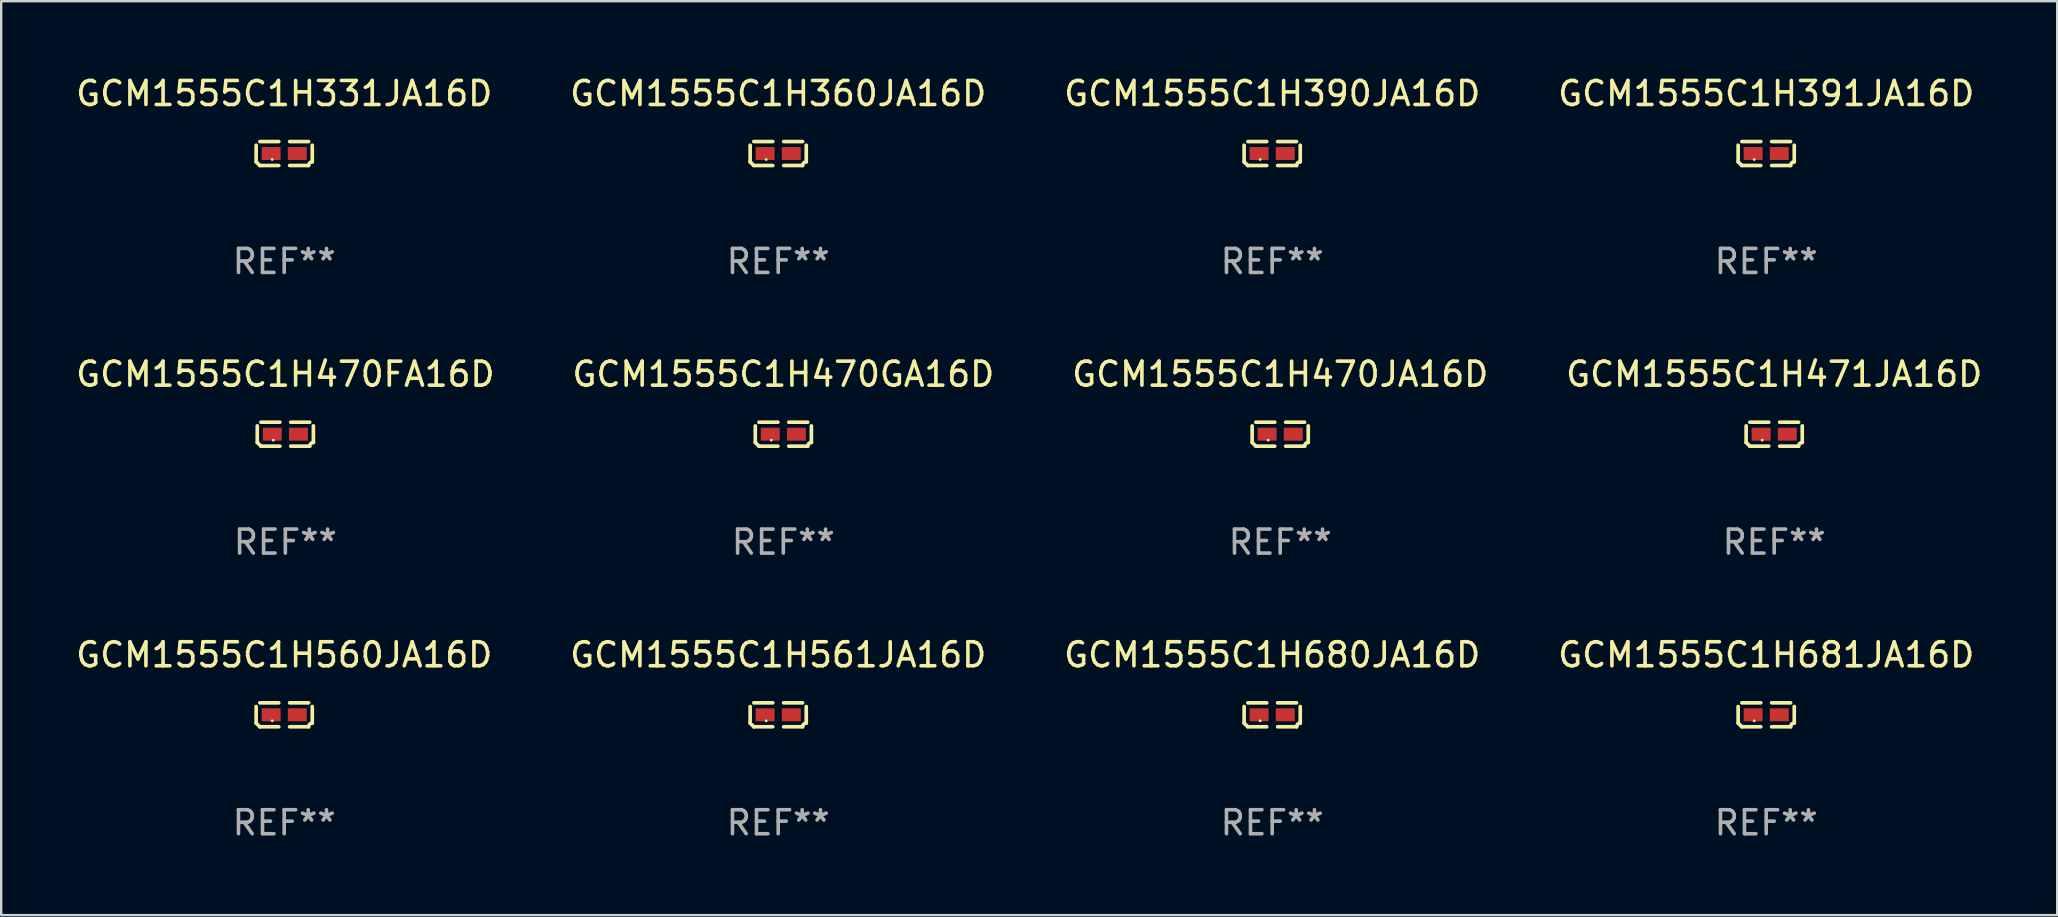
<source format=kicad_pcb>
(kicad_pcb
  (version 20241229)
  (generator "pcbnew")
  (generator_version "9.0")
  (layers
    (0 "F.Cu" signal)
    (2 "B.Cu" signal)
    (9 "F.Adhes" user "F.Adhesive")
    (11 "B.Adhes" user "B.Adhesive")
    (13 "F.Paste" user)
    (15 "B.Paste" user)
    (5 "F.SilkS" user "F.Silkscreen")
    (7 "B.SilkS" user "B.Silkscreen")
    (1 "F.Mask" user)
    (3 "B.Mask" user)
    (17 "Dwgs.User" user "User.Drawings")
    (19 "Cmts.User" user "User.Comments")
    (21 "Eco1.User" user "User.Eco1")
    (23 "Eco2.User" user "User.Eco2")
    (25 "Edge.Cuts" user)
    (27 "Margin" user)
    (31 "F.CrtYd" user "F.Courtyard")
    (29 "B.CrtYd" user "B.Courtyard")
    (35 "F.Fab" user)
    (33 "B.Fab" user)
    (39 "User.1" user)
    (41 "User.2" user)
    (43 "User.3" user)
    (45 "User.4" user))
  (footprint "GCM1555C1H680JA16D"
    (layer "F.Cu")
    (at 49.958 26.734)
    (property "Reference" "GCM1555C1H680JA16D" (at 0 -2.499 0) (layer "F.SilkS") (effects (font (size 1 1) (thickness 0.15))))
    (attr through_hole)
    (fp_line (start -1.169 0.346) (end -1.169 -0.346) (stroke (width 0.152) (type solid)) (layer "F.SilkS"))
    (fp_line (start -1.016 -0.499) (end -0.226 -0.499) (stroke (width 0.152) (type solid)) (layer "F.SilkS"))
    (fp_line (start -0.226 0.499) (end -1.016 0.499) (stroke (width 0.152) (type solid)) (layer "F.SilkS"))
    (fp_line (start 0.226 0.499) (end 1.016 0.499) (stroke (width 0.152) (type solid)) (layer "F.SilkS"))
    (fp_line (start 1.016 -0.499) (end 0.226 -0.499) (stroke (width 0.152) (type solid)) (layer "F.SilkS"))
    (fp_line (start 1.169 0.346) (end 1.169 -0.346) (stroke (width 0.152) (type solid)) (layer "F.SilkS"))
    (fp_arc (start -1.016307 0.498603) (mid -1.092512 0.422405) (end -1.16871 0.3462) (stroke (width 0.1524) (type solid)) (layer "F.SilkS"))
    (fp_arc (start 1.016307 0.498603) (mid 1.060899 0.390758) (end 1.168707 0.346076) (stroke (width 0.1524) (type solid)) (layer "F.SilkS"))
    (fp_circle (center -0.5 0.25) (end -0.47 0.25) (stroke (width 0.06) (type solid)) (fill no) (layer "F.SilkS"))
    (fp_text user "REF**" (at 0 4.499 0) (layer "F.Fab") (effects (font (size 1 1) (thickness 0.15))))
    (pad "1" smd rect (at -0.545 0) (size 0.79 0.54) (layers "F.Cu" "F.Mask" "F.Paste"))
    (pad "2" smd rect (at 0.545 0) (size 0.79 0.54) (layers "F.Cu" "F.Mask" "F.Paste")))
  (footprint "GCM1555C1H470FA16D"
    (layer "F.Cu")
    (at 8.839 15.041)
    (property "Reference" "GCM1555C1H470FA16D" (at 0 -2.499 0) (layer "F.SilkS") (effects (font (size 1 1) (thickness 0.15))))
    (attr through_hole)
    (fp_line (start -1.169 0.346) (end -1.169 -0.346) (stroke (width 0.152) (type solid)) (layer "F.SilkS"))
    (fp_line (start -1.016 -0.499) (end -0.226 -0.499) (stroke (width 0.152) (type solid)) (layer "F.SilkS"))
    (fp_line (start -0.226 0.499) (end -1.016 0.499) (stroke (width 0.152) (type solid)) (layer "F.SilkS"))
    (fp_line (start 0.226 0.499) (end 1.016 0.499) (stroke (width 0.152) (type solid)) (layer "F.SilkS"))
    (fp_line (start 1.016 -0.499) (end 0.226 -0.499) (stroke (width 0.152) (type solid)) (layer "F.SilkS"))
    (fp_line (start 1.169 0.346) (end 1.169 -0.346) (stroke (width 0.152) (type solid)) (layer "F.SilkS"))
    (fp_arc (start -1.016307 0.498603) (mid -1.092512 0.422405) (end -1.16871 0.3462) (stroke (width 0.1524) (type solid)) (layer "F.SilkS"))
    (fp_arc (start 1.016307 0.498603) (mid 1.060899 0.390758) (end 1.168707 0.346076) (stroke (width 0.1524) (type solid)) (layer "F.SilkS"))
    (fp_circle (center -0.5 0.25) (end -0.47 0.25) (stroke (width 0.06) (type solid)) (fill no) (layer "F.SilkS"))
    (fp_text user "REF**" (at 0 4.499 0) (layer "F.Fab") (effects (font (size 1 1) (thickness 0.15))))
    (pad "1" smd rect (at -0.545 0) (size 0.79 0.54) (layers "F.Cu" "F.Mask" "F.Paste"))
    (pad "2" smd rect (at 0.545 0) (size 0.79 0.54) (layers "F.Cu" "F.Mask" "F.Paste")))
  (footprint "GCM1555C1H471JA16D"
    (layer "F.Cu")
    (at 70.875 15.041)
    (property "Reference" "GCM1555C1H471JA16D" (at 0 -2.499 0) (layer "F.SilkS") (effects (font (size 1 1) (thickness 0.15))))
    (attr through_hole)
    (fp_line (start -1.169 0.346) (end -1.169 -0.346) (stroke (width 0.152) (type solid)) (layer "F.SilkS"))
    (fp_line (start -1.016 -0.499) (end -0.226 -0.499) (stroke (width 0.152) (type solid)) (layer "F.SilkS"))
    (fp_line (start -0.226 0.499) (end -1.016 0.499) (stroke (width 0.152) (type solid)) (layer "F.SilkS"))
    (fp_line (start 0.226 0.499) (end 1.016 0.499) (stroke (width 0.152) (type solid)) (layer "F.SilkS"))
    (fp_line (start 1.016 -0.499) (end 0.226 -0.499) (stroke (width 0.152) (type solid)) (layer "F.SilkS"))
    (fp_line (start 1.169 0.346) (end 1.169 -0.346) (stroke (width 0.152) (type solid)) (layer "F.SilkS"))
    (fp_arc (start -1.016307 0.498603) (mid -1.092512 0.422405) (end -1.16871 0.3462) (stroke (width 0.1524) (type solid)) (layer "F.SilkS"))
    (fp_arc (start 1.016307 0.498603) (mid 1.060899 0.390758) (end 1.168707 0.346076) (stroke (width 0.1524) (type solid)) (layer "F.SilkS"))
    (fp_circle (center -0.5 0.25) (end -0.47 0.25) (stroke (width 0.06) (type solid)) (fill no) (layer "F.SilkS"))
    (fp_text user "REF**" (at 0 4.499 0) (layer "F.Fab") (effects (font (size 1 1) (thickness 0.15))))
    (pad "1" smd rect (at -0.545 0) (size 0.79 0.54) (layers "F.Cu" "F.Mask" "F.Paste"))
    (pad "2" smd rect (at 0.545 0) (size 0.79 0.54) (layers "F.Cu" "F.Mask" "F.Paste")))
  (footprint "GCM1555C1H391JA16D"
    (layer "F.Cu")
    (at 70.542 3.347)
    (property "Reference" "GCM1555C1H391JA16D" (at 0 -2.499 0) (layer "F.SilkS") (effects (font (size 1 1) (thickness 0.15))))
    (attr through_hole)
    (fp_line (start -1.169 0.346) (end -1.169 -0.346) (stroke (width 0.152) (type solid)) (layer "F.SilkS"))
    (fp_line (start -1.016 -0.499) (end -0.226 -0.499) (stroke (width 0.152) (type solid)) (layer "F.SilkS"))
    (fp_line (start -0.226 0.499) (end -1.016 0.499) (stroke (width 0.152) (type solid)) (layer "F.SilkS"))
    (fp_line (start 0.226 0.499) (end 1.016 0.499) (stroke (width 0.152) (type solid)) (layer "F.SilkS"))
    (fp_line (start 1.016 -0.499) (end 0.226 -0.499) (stroke (width 0.152) (type solid)) (layer "F.SilkS"))
    (fp_line (start 1.169 0.346) (end 1.169 -0.346) (stroke (width 0.152) (type solid)) (layer "F.SilkS"))
    (fp_arc (start -1.016307 0.498603) (mid -1.092512 0.422405) (end -1.16871 0.3462) (stroke (width 0.1524) (type solid)) (layer "F.SilkS"))
    (fp_arc (start 1.016307 0.498603) (mid 1.060899 0.390758) (end 1.168707 0.346076) (stroke (width 0.1524) (type solid)) (layer "F.SilkS"))
    (fp_circle (center -0.5 0.25) (end -0.47 0.25) (stroke (width 0.06) (type solid)) (fill no) (layer "F.SilkS"))
    (fp_text user "REF**" (at 0 4.499 0) (layer "F.Fab") (effects (font (size 1 1) (thickness 0.15))))
    (pad "1" smd rect (at -0.545 0) (size 0.79 0.54) (layers "F.Cu" "F.Mask" "F.Paste"))
    (pad "2" smd rect (at 0.545 0) (size 0.79 0.54) (layers "F.Cu" "F.Mask" "F.Paste")))
  (footprint "GCM1555C1H390JA16D"
    (layer "F.Cu")
    (at 49.958 3.347)
    (property "Reference" "GCM1555C1H390JA16D" (at 0 -2.499 0) (layer "F.SilkS") (effects (font (size 1 1) (thickness 0.15))))
    (attr through_hole)
    (fp_line (start -1.169 0.346) (end -1.169 -0.346) (stroke (width 0.152) (type solid)) (layer "F.SilkS"))
    (fp_line (start -1.016 -0.499) (end -0.226 -0.499) (stroke (width 0.152) (type solid)) (layer "F.SilkS"))
    (fp_line (start -0.226 0.499) (end -1.016 0.499) (stroke (width 0.152) (type solid)) (layer "F.SilkS"))
    (fp_line (start 0.226 0.499) (end 1.016 0.499) (stroke (width 0.152) (type solid)) (layer "F.SilkS"))
    (fp_line (start 1.016 -0.499) (end 0.226 -0.499) (stroke (width 0.152) (type solid)) (layer "F.SilkS"))
    (fp_line (start 1.169 0.346) (end 1.169 -0.346) (stroke (width 0.152) (type solid)) (layer "F.SilkS"))
    (fp_arc (start -1.016307 0.498603) (mid -1.092512 0.422405) (end -1.16871 0.3462) (stroke (width 0.1524) (type solid)) (layer "F.SilkS"))
    (fp_arc (start 1.016307 0.498603) (mid 1.060899 0.390758) (end 1.168707 0.346076) (stroke (width 0.1524) (type solid)) (layer "F.SilkS"))
    (fp_circle (center -0.5 0.25) (end -0.47 0.25) (stroke (width 0.06) (type solid)) (fill no) (layer "F.SilkS"))
    (fp_text user "REF**" (at 0 4.499 0) (layer "F.Fab") (effects (font (size 1 1) (thickness 0.15))))
    (pad "1" smd rect (at -0.545 0) (size 0.79 0.54) (layers "F.Cu" "F.Mask" "F.Paste"))
    (pad "2" smd rect (at 0.545 0) (size 0.79 0.54) (layers "F.Cu" "F.Mask" "F.Paste")))
  (footprint "GCM1555C1H470GA16D"
    (layer "F.Cu")
    (at 29.589 15.041)
    (property "Reference" "GCM1555C1H470GA16D" (at 0 -2.499 0) (layer "F.SilkS") (effects (font (size 1 1) (thickness 0.15))))
    (attr through_hole)
    (fp_line (start -1.169 0.346) (end -1.169 -0.346) (stroke (width 0.152) (type solid)) (layer "F.SilkS"))
    (fp_line (start -1.016 -0.499) (end -0.226 -0.499) (stroke (width 0.152) (type solid)) (layer "F.SilkS"))
    (fp_line (start -0.226 0.499) (end -1.016 0.499) (stroke (width 0.152) (type solid)) (layer "F.SilkS"))
    (fp_line (start 0.226 0.499) (end 1.016 0.499) (stroke (width 0.152) (type solid)) (layer "F.SilkS"))
    (fp_line (start 1.016 -0.499) (end 0.226 -0.499) (stroke (width 0.152) (type solid)) (layer "F.SilkS"))
    (fp_line (start 1.169 0.346) (end 1.169 -0.346) (stroke (width 0.152) (type solid)) (layer "F.SilkS"))
    (fp_arc (start -1.016307 0.498603) (mid -1.092512 0.422405) (end -1.16871 0.3462) (stroke (width 0.1524) (type solid)) (layer "F.SilkS"))
    (fp_arc (start 1.016307 0.498603) (mid 1.060899 0.390758) (end 1.168707 0.346076) (stroke (width 0.1524) (type solid)) (layer "F.SilkS"))
    (fp_circle (center -0.5 0.25) (end -0.47 0.25) (stroke (width 0.06) (type solid)) (fill no) (layer "F.SilkS"))
    (fp_text user "REF**" (at 0 4.499 0) (layer "F.Fab") (effects (font (size 1 1) (thickness 0.15))))
    (pad "1" smd rect (at -0.545 0) (size 0.79 0.54) (layers "F.Cu" "F.Mask" "F.Paste"))
    (pad "2" smd rect (at 0.545 0) (size 0.79 0.54) (layers "F.Cu" "F.Mask" "F.Paste")))
  (footprint "GCM1555C1H331JA16D"
    (layer "F.Cu")
    (at 8.792 3.347)
    (property "Reference" "GCM1555C1H331JA16D" (at 0 -2.499 0) (layer "F.SilkS") (effects (font (size 1 1) (thickness 0.15))))
    (attr through_hole)
    (fp_line (start -1.169 0.346) (end -1.169 -0.346) (stroke (width 0.152) (type solid)) (layer "F.SilkS"))
    (fp_line (start -1.016 -0.499) (end -0.226 -0.499) (stroke (width 0.152) (type solid)) (layer "F.SilkS"))
    (fp_line (start -0.226 0.499) (end -1.016 0.499) (stroke (width 0.152) (type solid)) (layer "F.SilkS"))
    (fp_line (start 0.226 0.499) (end 1.016 0.499) (stroke (width 0.152) (type solid)) (layer "F.SilkS"))
    (fp_line (start 1.016 -0.499) (end 0.226 -0.499) (stroke (width 0.152) (type solid)) (layer "F.SilkS"))
    (fp_line (start 1.169 0.346) (end 1.169 -0.346) (stroke (width 0.152) (type solid)) (layer "F.SilkS"))
    (fp_arc (start -1.016307 0.498603) (mid -1.092512 0.422405) (end -1.16871 0.3462) (stroke (width 0.1524) (type solid)) (layer "F.SilkS"))
    (fp_arc (start 1.016307 0.498603) (mid 1.060899 0.390758) (end 1.168707 0.346076) (stroke (width 0.1524) (type solid)) (layer "F.SilkS"))
    (fp_circle (center -0.5 0.25) (end -0.47 0.25) (stroke (width 0.06) (type solid)) (fill no) (layer "F.SilkS"))
    (fp_text user "REF**" (at 0 4.499 0) (layer "F.Fab") (effects (font (size 1 1) (thickness 0.15))))
    (pad "1" smd rect (at -0.545 0) (size 0.79 0.54) (layers "F.Cu" "F.Mask" "F.Paste"))
    (pad "2" smd rect (at 0.545 0) (size 0.79 0.54) (layers "F.Cu" "F.Mask" "F.Paste")))
  (footprint "GCM1555C1H360JA16D"
    (layer "F.Cu")
    (at 29.375 3.347)
    (property "Reference" "GCM1555C1H360JA16D" (at 0 -2.499 0) (layer "F.SilkS") (effects (font (size 1 1) (thickness 0.15))))
    (attr through_hole)
    (fp_line (start -1.169 0.346) (end -1.169 -0.346) (stroke (width 0.152) (type solid)) (layer "F.SilkS"))
    (fp_line (start -1.016 -0.499) (end -0.226 -0.499) (stroke (width 0.152) (type solid)) (layer "F.SilkS"))
    (fp_line (start -0.226 0.499) (end -1.016 0.499) (stroke (width 0.152) (type solid)) (layer "F.SilkS"))
    (fp_line (start 0.226 0.499) (end 1.016 0.499) (stroke (width 0.152) (type solid)) (layer "F.SilkS"))
    (fp_line (start 1.016 -0.499) (end 0.226 -0.499) (stroke (width 0.152) (type solid)) (layer "F.SilkS"))
    (fp_line (start 1.169 0.346) (end 1.169 -0.346) (stroke (width 0.152) (type solid)) (layer "F.SilkS"))
    (fp_arc (start -1.016307 0.498603) (mid -1.092512 0.422405) (end -1.16871 0.3462) (stroke (width 0.1524) (type solid)) (layer "F.SilkS"))
    (fp_arc (start 1.016307 0.498603) (mid 1.060899 0.390758) (end 1.168707 0.346076) (stroke (width 0.1524) (type solid)) (layer "F.SilkS"))
    (fp_circle (center -0.5 0.25) (end -0.47 0.25) (stroke (width 0.06) (type solid)) (fill no) (layer "F.SilkS"))
    (fp_text user "REF**" (at 0 4.499 0) (layer "F.Fab") (effects (font (size 1 1) (thickness 0.15))))
    (pad "1" smd rect (at -0.545 0) (size 0.79 0.54) (layers "F.Cu" "F.Mask" "F.Paste"))
    (pad "2" smd rect (at 0.545 0) (size 0.79 0.54) (layers "F.Cu" "F.Mask" "F.Paste")))
  (footprint "GCM1555C1H681JA16D"
    (layer "F.Cu")
    (at 70.542 26.734)
    (property "Reference" "GCM1555C1H681JA16D" (at 0 -2.499 0) (layer "F.SilkS") (effects (font (size 1 1) (thickness 0.15))))
    (attr through_hole)
    (fp_line (start -1.169 0.346) (end -1.169 -0.346) (stroke (width 0.152) (type solid)) (layer "F.SilkS"))
    (fp_line (start -1.016 -0.499) (end -0.226 -0.499) (stroke (width 0.152) (type solid)) (layer "F.SilkS"))
    (fp_line (start -0.226 0.499) (end -1.016 0.499) (stroke (width 0.152) (type solid)) (layer "F.SilkS"))
    (fp_line (start 0.226 0.499) (end 1.016 0.499) (stroke (width 0.152) (type solid)) (layer "F.SilkS"))
    (fp_line (start 1.016 -0.499) (end 0.226 -0.499) (stroke (width 0.152) (type solid)) (layer "F.SilkS"))
    (fp_line (start 1.169 0.346) (end 1.169 -0.346) (stroke (width 0.152) (type solid)) (layer "F.SilkS"))
    (fp_arc (start -1.016307 0.498603) (mid -1.092512 0.422405) (end -1.16871 0.3462) (stroke (width 0.1524) (type solid)) (layer "F.SilkS"))
    (fp_arc (start 1.016307 0.498603) (mid 1.060899 0.390758) (end 1.168707 0.346076) (stroke (width 0.1524) (type solid)) (layer "F.SilkS"))
    (fp_circle (center -0.5 0.25) (end -0.47 0.25) (stroke (width 0.06) (type solid)) (fill no) (layer "F.SilkS"))
    (fp_text user "REF**" (at 0 4.499 0) (layer "F.Fab") (effects (font (size 1 1) (thickness 0.15))))
    (pad "1" smd rect (at -0.545 0) (size 0.79 0.54) (layers "F.Cu" "F.Mask" "F.Paste"))
    (pad "2" smd rect (at 0.545 0) (size 0.79 0.54) (layers "F.Cu" "F.Mask" "F.Paste")))
  (footprint "GCM1555C1H560JA16D"
    (layer "F.Cu")
    (at 8.792 26.734)
    (property "Reference" "GCM1555C1H560JA16D" (at 0 -2.499 0) (layer "F.SilkS") (effects (font (size 1 1) (thickness 0.15))))
    (attr through_hole)
    (fp_line (start -1.169 0.346) (end -1.169 -0.346) (stroke (width 0.152) (type solid)) (layer "F.SilkS"))
    (fp_line (start -1.016 -0.499) (end -0.226 -0.499) (stroke (width 0.152) (type solid)) (layer "F.SilkS"))
    (fp_line (start -0.226 0.499) (end -1.016 0.499) (stroke (width 0.152) (type solid)) (layer "F.SilkS"))
    (fp_line (start 0.226 0.499) (end 1.016 0.499) (stroke (width 0.152) (type solid)) (layer "F.SilkS"))
    (fp_line (start 1.016 -0.499) (end 0.226 -0.499) (stroke (width 0.152) (type solid)) (layer "F.SilkS"))
    (fp_line (start 1.169 0.346) (end 1.169 -0.346) (stroke (width 0.152) (type solid)) (layer "F.SilkS"))
    (fp_arc (start -1.016307 0.498603) (mid -1.092512 0.422405) (end -1.16871 0.3462) (stroke (width 0.1524) (type solid)) (layer "F.SilkS"))
    (fp_arc (start 1.016307 0.498603) (mid 1.060899 0.390758) (end 1.168707 0.346076) (stroke (width 0.1524) (type solid)) (layer "F.SilkS"))
    (fp_circle (center -0.5 0.25) (end -0.47 0.25) (stroke (width 0.06) (type solid)) (fill no) (layer "F.SilkS"))
    (fp_text user "REF**" (at 0 4.499 0) (layer "F.Fab") (effects (font (size 1 1) (thickness 0.15))))
    (pad "1" smd rect (at -0.545 0) (size 0.79 0.54) (layers "F.Cu" "F.Mask" "F.Paste"))
    (pad "2" smd rect (at 0.545 0) (size 0.79 0.54) (layers "F.Cu" "F.Mask" "F.Paste")))
  (footprint "GCM1555C1H561JA16D"
    (layer "F.Cu")
    (at 29.375 26.734)
    (property "Reference" "GCM1555C1H561JA16D" (at 0 -2.499 0) (layer "F.SilkS") (effects (font (size 1 1) (thickness 0.15))))
    (attr through_hole)
    (fp_line (start -1.169 0.346) (end -1.169 -0.346) (stroke (width 0.152) (type solid)) (layer "F.SilkS"))
    (fp_line (start -1.016 -0.499) (end -0.226 -0.499) (stroke (width 0.152) (type solid)) (layer "F.SilkS"))
    (fp_line (start -0.226 0.499) (end -1.016 0.499) (stroke (width 0.152) (type solid)) (layer "F.SilkS"))
    (fp_line (start 0.226 0.499) (end 1.016 0.499) (stroke (width 0.152) (type solid)) (layer "F.SilkS"))
    (fp_line (start 1.016 -0.499) (end 0.226 -0.499) (stroke (width 0.152) (type solid)) (layer "F.SilkS"))
    (fp_line (start 1.169 0.346) (end 1.169 -0.346) (stroke (width 0.152) (type solid)) (layer "F.SilkS"))
    (fp_arc (start -1.016307 0.498603) (mid -1.092512 0.422405) (end -1.16871 0.3462) (stroke (width 0.1524) (type solid)) (layer "F.SilkS"))
    (fp_arc (start 1.016307 0.498603) (mid 1.060899 0.390758) (end 1.168707 0.346076) (stroke (width 0.1524) (type solid)) (layer "F.SilkS"))
    (fp_circle (center -0.5 0.25) (end -0.47 0.25) (stroke (width 0.06) (type solid)) (fill no) (layer "F.SilkS"))
    (fp_text user "REF**" (at 0 4.499 0) (layer "F.Fab") (effects (font (size 1 1) (thickness 0.15))))
    (pad "1" smd rect (at -0.545 0) (size 0.79 0.54) (layers "F.Cu" "F.Mask" "F.Paste"))
    (pad "2" smd rect (at 0.545 0) (size 0.79 0.54) (layers "F.Cu" "F.Mask" "F.Paste")))
  (footprint "GCM1555C1H470JA16D"
    (layer "F.Cu")
    (at 50.292 15.041)
    (property "Reference" "GCM1555C1H470JA16D" (at 0 -2.499 0) (layer "F.SilkS") (effects (font (size 1 1) (thickness 0.15))))
    (attr through_hole)
    (fp_line (start -1.169 0.346) (end -1.169 -0.346) (stroke (width 0.152) (type solid)) (layer "F.SilkS"))
    (fp_line (start -1.016 -0.499) (end -0.226 -0.499) (stroke (width 0.152) (type solid)) (layer "F.SilkS"))
    (fp_line (start -0.226 0.499) (end -1.016 0.499) (stroke (width 0.152) (type solid)) (layer "F.SilkS"))
    (fp_line (start 0.226 0.499) (end 1.016 0.499) (stroke (width 0.152) (type solid)) (layer "F.SilkS"))
    (fp_line (start 1.016 -0.499) (end 0.226 -0.499) (stroke (width 0.152) (type solid)) (layer "F.SilkS"))
    (fp_line (start 1.169 0.346) (end 1.169 -0.346) (stroke (width 0.152) (type solid)) (layer "F.SilkS"))
    (fp_arc (start -1.016307 0.498603) (mid -1.092512 0.422405) (end -1.16871 0.3462) (stroke (width 0.1524) (type solid)) (layer "F.SilkS"))
    (fp_arc (start 1.016307 0.498603) (mid 1.060899 0.390758) (end 1.168707 0.346076) (stroke (width 0.1524) (type solid)) (layer "F.SilkS"))
    (fp_circle (center -0.5 0.25) (end -0.47 0.25) (stroke (width 0.06) (type solid)) (fill no) (layer "F.SilkS"))
    (fp_text user "REF**" (at 0 4.499 0) (layer "F.Fab") (effects (font (size 1 1) (thickness 0.15))))
    (pad "1" smd rect (at -0.545 0) (size 0.79 0.54) (layers "F.Cu" "F.Mask" "F.Paste"))
    (pad "2" smd rect (at 0.545 0) (size 0.79 0.54) (layers "F.Cu" "F.Mask" "F.Paste")))
  (gr_rect
    (start -3 -3)
    (end 82.667 35.081)
    (stroke (width 0.1) (type default))
    (fill no)
    (layer "Edge.Cuts")))
</source>
